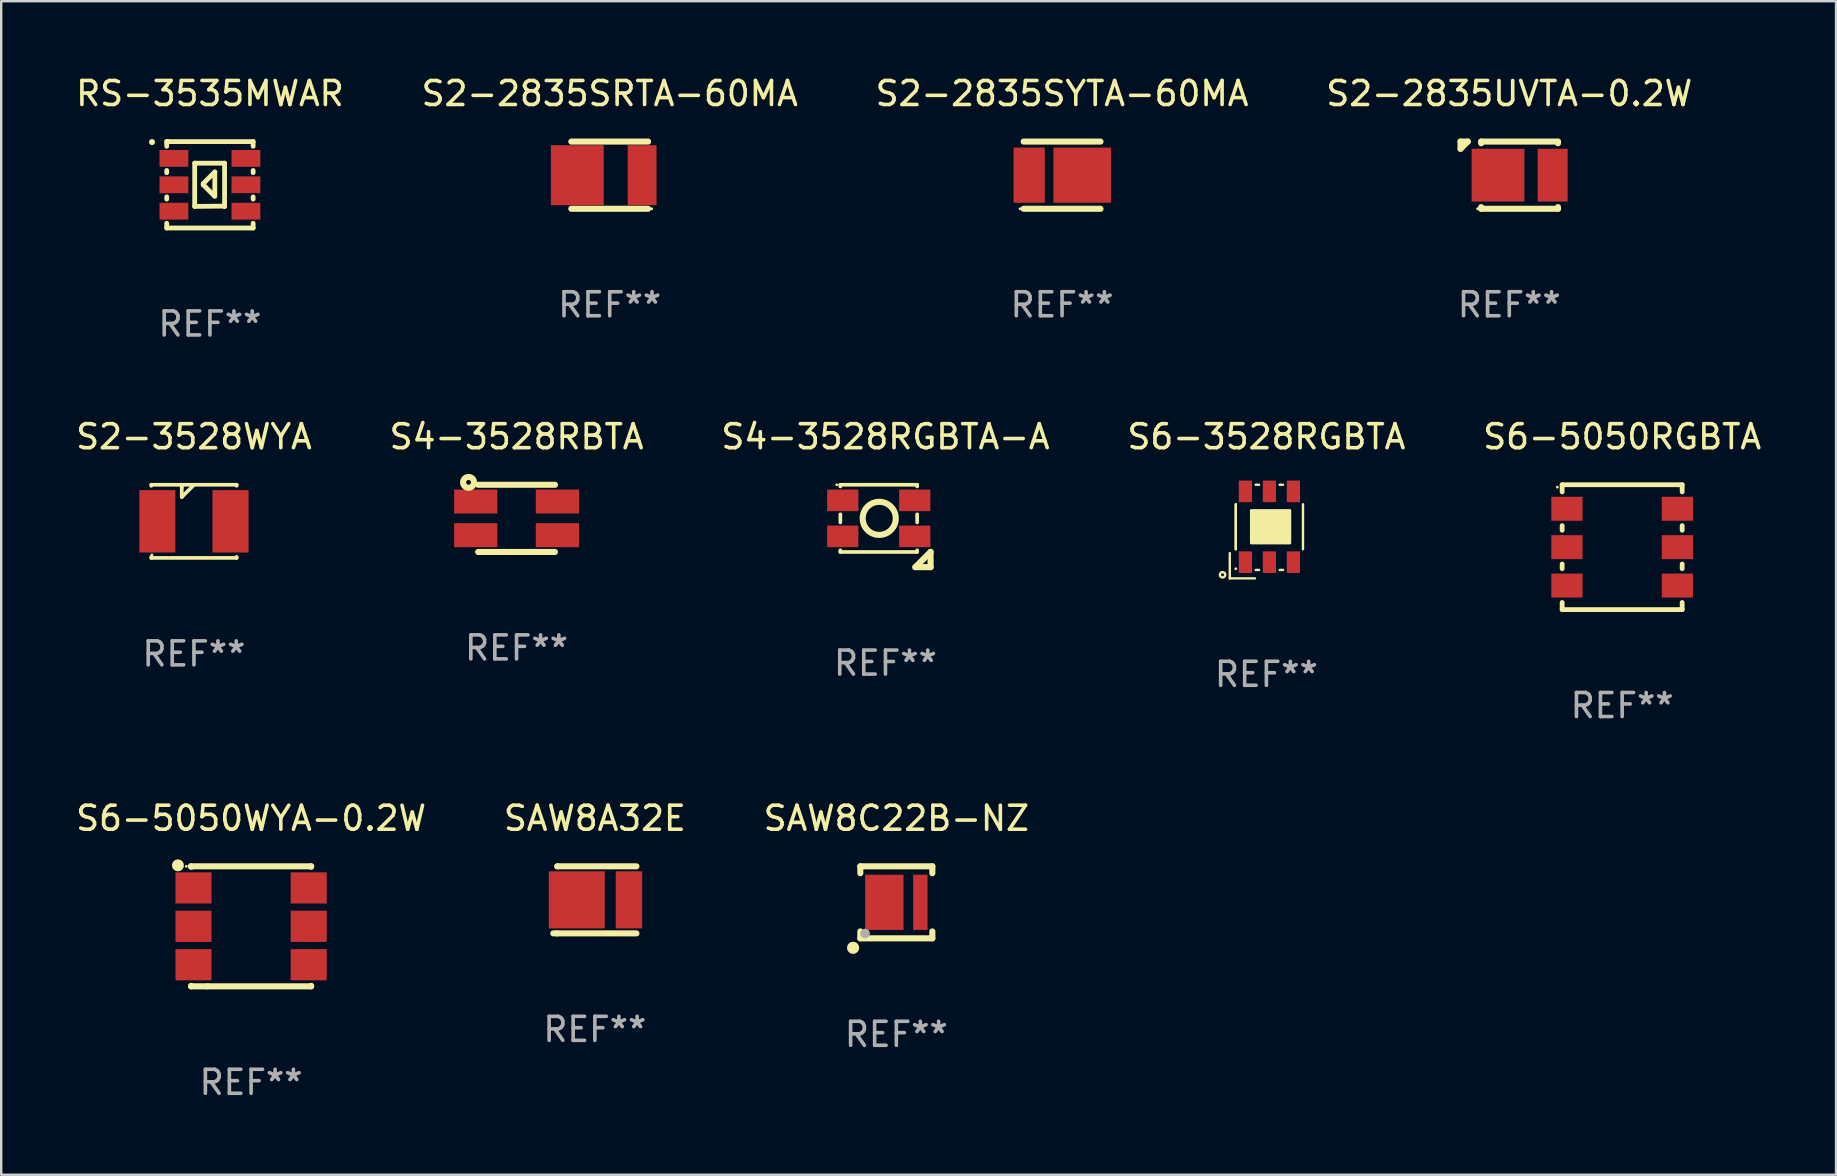
<source format=kicad_pcb>
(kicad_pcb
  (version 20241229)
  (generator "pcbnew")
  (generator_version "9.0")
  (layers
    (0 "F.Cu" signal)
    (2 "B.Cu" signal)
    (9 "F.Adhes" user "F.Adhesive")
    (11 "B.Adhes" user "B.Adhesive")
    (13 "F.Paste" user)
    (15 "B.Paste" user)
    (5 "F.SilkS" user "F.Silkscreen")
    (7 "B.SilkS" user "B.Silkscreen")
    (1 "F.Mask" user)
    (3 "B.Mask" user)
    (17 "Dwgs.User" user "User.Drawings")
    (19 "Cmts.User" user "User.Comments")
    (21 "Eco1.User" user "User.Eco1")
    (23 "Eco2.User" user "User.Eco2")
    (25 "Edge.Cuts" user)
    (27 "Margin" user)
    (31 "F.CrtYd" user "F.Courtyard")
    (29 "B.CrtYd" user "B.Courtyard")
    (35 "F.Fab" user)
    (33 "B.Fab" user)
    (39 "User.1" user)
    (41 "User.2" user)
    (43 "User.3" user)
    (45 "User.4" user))
  (footprint "S2-2835SRTA-60MA"
    (layer "F.Cu")
    (at 22.351 4.248)
    (property "Reference" "S2-2835SRTA-60MA" (at 0 -3.4 0) (layer "F.SilkS") (effects (font (size 1 1) (thickness 0.15))))
    (attr through_hole)
    (fp_line (start -1.6 -1.4) (end 1.6 -1.4) (stroke (width 0.254) (type solid)) (layer "F.SilkS"))
    (fp_line (start -1.6 1.4) (end 1.6 1.4) (stroke (width 0.254) (type solid)) (layer "F.SilkS"))
    (fp_circle (center 1.751 1.4) (end 1.781 1.4) (stroke (width 0.06) (type solid)) (fill no) (layer "F.SilkS"))
    (fp_text user "REF**" (at 0 5.4 0) (layer "F.Fab") (effects (font (size 1 1) (thickness 0.15))))
    (pad "1" smd rect (at 1.35 0.000102) (size 1.2 2.5) (layers "F.Cu" "F.Mask" "F.Paste"))
    (pad "2" smd rect (at -1.35 0.000102) (size 2.2 2.5) (layers "F.Cu" "F.Mask" "F.Paste")))
  (footprint "SAW8A32E"
    (layer "F.Cu")
    (at 21.732 34.438)
    (property "Reference" "SAW8A32E" (at 0 -3.397 0) (layer "F.SilkS") (effects (font (size 1 1) (thickness 0.15))))
    (attr through_hole)
    (fp_line (start -1.571 -1.397) (end -1.551 -1.397) (stroke (width 0.254) (type solid)) (layer "F.SilkS"))
    (fp_line (start -1.571 1.397) (end -1.731 1.397) (stroke (width 0.254) (type solid)) (layer "F.SilkS"))
    (fp_line (start -1.551 -1.397) (end 1.731 -1.397) (stroke (width 0.254) (type solid)) (layer "F.SilkS"))
    (fp_line (start 1.731 1.397) (end -1.571 1.397) (stroke (width 0.254) (type solid)) (layer "F.SilkS"))
    (fp_circle (center -1.668 1.4) (end -1.638 1.4) (stroke (width 0.06) (type solid)) (fill no) (layer "F.SilkS"))
    (fp_text user "REF**" (at 0 5.397 0) (layer "F.Fab") (effects (font (size 1 1) (thickness 0.15))))
    (pad "1" smd rect (at -0.754 0 180) (size 2.33 2.38) (layers "F.Cu" "F.Mask" "F.Paste"))
    (pad "2" smd rect (at 1.421 0 180) (size 1.1 2.38) (layers "F.Cu" "F.Mask" "F.Paste")))
  (footprint "S2-2835UVTA-0.2W"
    (layer "F.Cu")
    (at 59.827 4.248)
    (property "Reference" "S2-2835UVTA-0.2W" (at 0 -3.4 0) (layer "F.SilkS") (effects (font (size 1 1) (thickness 0.15))))
    (attr through_hole)
    (fp_line (start -2.03 -1.4) (end -2.03 -1.1) (stroke (width 0.254) (type solid)) (layer "F.SilkS"))
    (fp_line (start -1.73 -1.4) (end -2.03 -1.1) (stroke (width 0.254) (type solid)) (layer "F.SilkS"))
    (fp_line (start -1.73 -1.4) (end -2.03 -1.4) (stroke (width 0.254) (type solid)) (layer "F.SilkS"))
    (fp_line (start -1.17 -1.4) (end -1.17 -1.331) (stroke (width 0.254) (type solid)) (layer "F.SilkS"))
    (fp_line (start -1.17 1.331) (end -1.17 1.4) (stroke (width 0.254) (type solid)) (layer "F.SilkS"))
    (fp_line (start -1.17 1.4) (end 2.03 1.4) (stroke (width 0.254) (type solid)) (layer "F.SilkS"))
    (fp_line (start 2.03 -1.4) (end -1.17 -1.4) (stroke (width 0.254) (type solid)) (layer "F.SilkS"))
    (fp_line (start 2.03 -1.331) (end 2.03 -1.39) (stroke (width 0.254) (type solid)) (layer "F.SilkS"))
    (fp_line (start 2.03 1.4) (end 2.03 1.331) (stroke (width 0.254) (type solid)) (layer "F.SilkS"))
    (fp_circle (center -1.32 1.4) (end -1.29 1.4) (stroke (width 0.06) (type solid)) (fill no) (layer "F.SilkS"))
    (fp_text user "REF**" (at 0 5.4 0) (layer "F.Fab") (effects (font (size 1 1) (thickness 0.15))))
    (pad "1" smd rect (at -0.468 0 180) (size 2.2 2.2) (layers "F.Cu" "F.Mask" "F.Paste"))
    (pad "2" smd rect (at 1.808 0 180) (size 1.25 2.2) (layers "F.Cu" "F.Mask" "F.Paste")))
  (footprint "S2-2835SYTA-60MA"
    (layer "F.Cu")
    (at 41.196 4.248)
    (property "Reference" "S2-2835SYTA-60MA" (at 0 -3.4 0) (layer "F.SilkS") (effects (font (size 1 1) (thickness 0.15))))
    (attr through_hole)
    (fp_line (start 1.6 -1.4) (end -1.6 -1.4) (stroke (width 0.254) (type solid)) (layer "F.SilkS"))
    (fp_line (start 1.6 1.4) (end -1.6 1.4) (stroke (width 0.254) (type solid)) (layer "F.SilkS"))
    (fp_circle (center -1.751 1.4) (end -1.721 1.4) (stroke (width 0.06) (type solid)) (fill no) (layer "F.SilkS"))
    (fp_text user "REF**" (at 0 5.4 0) (layer "F.Fab") (effects (font (size 1 1) (thickness 0.15))))
    (pad "1" smd rect (at -1.37 0.000102) (size 1.3 2.3) (layers "F.Cu" "F.Mask" "F.Paste"))
    (pad "2" smd rect (at 0.84 0.000102) (size 2.4 2.3) (layers "F.Cu" "F.Mask" "F.Paste")))
  (footprint "S6-5050WYA-0.2W"
    (layer "F.Cu")
    (at 7.411 35.541)
    (property "Reference" "S6-5050WYA-0.2W" (at 0 -4.5 0) (layer "F.SilkS") (effects (font (size 1 1) (thickness 0.15))))
    (attr through_hole)
    (fp_line (start -2.5 -2.5) (end -2.5 -2.481) (stroke (width 0.254) (type solid)) (layer "F.SilkS"))
    (fp_line (start -2.5 2.481) (end -2.5 2.5) (stroke (width 0.254) (type solid)) (layer "F.SilkS"))
    (fp_line (start -2.5 2.5) (end -1.82 2.5) (stroke (width 0.254) (type solid)) (layer "F.SilkS"))
    (fp_line (start -1.8 2.5) (end 2.5 2.5) (stroke (width 0.254) (type solid)) (layer "F.SilkS"))
    (fp_line (start 2.5 -2.5) (end -2.5 -2.5) (stroke (width 0.254) (type solid)) (layer "F.SilkS"))
    (fp_line (start 2.5 -2.481) (end 2.5 -2.5) (stroke (width 0.254) (type solid)) (layer "F.SilkS"))
    (fp_line (start 2.5 2.5) (end 2.5 2.481) (stroke (width 0.254) (type solid)) (layer "F.SilkS"))
    (fp_circle (center -3.048 -2.54) (end -2.923 -2.54) (stroke (width 0.25) (type solid)) (fill no) (layer "F.SilkS"))
    (fp_circle (center -2.7 -2.5) (end -2.67 -2.5) (stroke (width 0.06) (type solid)) (fill no) (layer "F.SilkS"))
    (fp_text user "REF**" (at 0 6.5 0) (layer "F.Fab") (effects (font (size 1 1) (thickness 0.15))))
    (pad "1" smd rect (at -2.4 -1.6) (size 1.5 1.3) (layers "F.Cu" "F.Mask" "F.Paste"))
    (pad "2" smd rect (at -2.4 0.000127) (size 1.5 1.3) (layers "F.Cu" "F.Mask" "F.Paste"))
    (pad "3" smd rect (at -2.4 1.6) (size 1.5 1.3) (layers "F.Cu" "F.Mask" "F.Paste"))
    (pad "4" smd rect (at 2.4 -1.6) (size 1.5 1.3) (layers "F.Cu" "F.Mask" "F.Paste"))
    (pad "5" smd rect (at 2.4 0.000127) (size 1.5 1.3) (layers "F.Cu" "F.Mask" "F.Paste"))
    (pad "6" smd rect (at 2.4 1.6) (size 1.5 1.3) (layers "F.Cu" "F.Mask" "F.Paste")))
  (footprint "SAW8C22B-NZ"
    (layer "F.Cu")
    (at 34.292 34.541)
    (property "Reference" "SAW8C22B-NZ" (at 0 -3.5 0) (layer "F.SilkS") (effects (font (size 1 1) (thickness 0.15))))
    (attr through_hole)
    (fp_line (start -1.5 -1.5) (end -1.5 -1.213) (stroke (width 0.254) (type solid)) (layer "F.SilkS"))
    (fp_line (start -1.5 -1.5) (end 1.5 -1.5) (stroke (width 0.254) (type solid)) (layer "F.SilkS"))
    (fp_line (start -1.5 1.213) (end -1.5 1.5) (stroke (width 0.254) (type solid)) (layer "F.SilkS"))
    (fp_line (start -1.5 1.5) (end 1.5 1.5) (stroke (width 0.254) (type solid)) (layer "F.SilkS"))
    (fp_line (start 1.5 -1.213) (end 1.5 -1.5) (stroke (width 0.254) (type solid)) (layer "F.SilkS"))
    (fp_line (start 1.5 1.5) (end 1.5 1.213) (stroke (width 0.254) (type solid)) (layer "F.SilkS"))
    (fp_circle (center -1.802 1.895) (end -1.674 1.895) (stroke (width 0.254) (type solid)) (fill no) (layer "F.SilkS"))
    (fp_circle (center -1.5 1.5) (end -1.47 1.5) (stroke (width 0.06) (type solid)) (fill no) (layer "F.SilkS"))
    (fp_circle (center -1.3 1.3) (end -1.2 1.3) (stroke (width 0.2) (type solid)) (fill no) (layer "F.Fab"))
    (fp_text user "REF**" (at 0 5.5 0) (layer "F.Fab") (effects (font (size 1 1) (thickness 0.15))))
    (pad "1" smd rect (at -0.5 0) (size 1.6 2.3) (layers "F.Cu" "F.Mask" "F.Paste"))
    (pad "2" smd rect (at 1 0) (size 0.6 2.3) (layers "F.Cu" "F.Mask" "F.Paste")))
  (footprint "S4-3528RBTA"
    (layer "F.Cu")
    (at 18.47 18.545)
    (property "Reference" "S4-3528RBTA" (at 0 -3.4 0) (layer "F.SilkS") (effects (font (size 1 1) (thickness 0.15))))
    (attr through_hole)
    (fp_line (start -1.6 -1.4) (end 1.6 -1.4) (stroke (width 0.254) (type solid)) (layer "F.SilkS"))
    (fp_line (start 1.6 1.4) (end -1.6 1.4) (stroke (width 0.254) (type solid)) (layer "F.SilkS"))
    (fp_circle (center -2 -1.5) (end -1.9 -1.5) (stroke (width 0.254) (type solid)) (fill no) (layer "F.SilkS"))
    (fp_circle (center -1.75 -1.4) (end -1.72 -1.4) (stroke (width 0.06) (type solid)) (fill no) (layer "F.SilkS"))
    (fp_text user "REF**" (at 0 5.4 0) (layer "F.Fab") (effects (font (size 1 1) (thickness 0.15))))
    (pad "1" smd rect (at -1.7 -0.7) (size 1.8 1) (layers "F.Cu" "F.Mask" "F.Paste"))
    (pad "2" smd rect (at -1.701 0.701) (size 1.8 1) (layers "F.Cu" "F.Mask" "F.Paste"))
    (pad "3" smd rect (at 1.701 -0.701) (size 1.8 1) (layers "F.Cu" "F.Mask" "F.Paste"))
    (pad "4" smd rect (at 1.701 0.701) (size 1.8 1) (layers "F.Cu" "F.Mask" "F.Paste")))
  (footprint "RS-3535MWAR"
    (layer "F.Cu")
    (at 5.696 4.648)
    (property "Reference" "RS-3535MWAR" (at 0 -3.8 0) (layer "F.SilkS") (effects (font (size 1 1) (thickness 0.15))))
    (attr through_hole)
    (fp_line (start -1.8 -1.8) (end 1.8 -1.8) (stroke (width 0.2) (type solid)) (layer "F.SilkS"))
    (fp_line (start -1.8 -1.604) (end -1.8 -1.8) (stroke (width 0.2) (type solid)) (layer "F.SilkS"))
    (fp_line (start -1.8 -0.504) (end -1.8 -0.596) (stroke (width 0.2) (type solid)) (layer "F.SilkS"))
    (fp_line (start -1.8 0.596) (end -1.8 0.504) (stroke (width 0.2) (type solid)) (layer "F.SilkS"))
    (fp_line (start -1.8 1.8) (end -1.8 1.604) (stroke (width 0.2) (type solid)) (layer "F.SilkS"))
    (fp_line (start -0.635 -0.9) (end 0.61 -0.9) (stroke (width 0.2) (type solid)) (layer "F.SilkS"))
    (fp_line (start -0.635 0.9) (end -0.635 -0.9) (stroke (width 0.2) (type solid)) (layer "F.SilkS"))
    (fp_line (start -0.279 -0.051) (end 0.203 -0.533) (stroke (width 0.2) (type solid)) (layer "F.SilkS"))
    (fp_line (start -0.279 0) (end -0.279 -0.051) (stroke (width 0.2) (type solid)) (layer "F.SilkS"))
    (fp_line (start 0.178 0.457) (end -0.279 0) (stroke (width 0.2) (type solid)) (layer "F.SilkS"))
    (fp_line (start 0.203 -0.533) (end 0.203 0.483) (stroke (width 0.2) (type solid)) (layer "F.SilkS"))
    (fp_line (start 0.609 0.889) (end -0.635 0.9) (stroke (width 0.2) (type solid)) (layer "F.SilkS"))
    (fp_line (start 0.61 -0.9) (end 0.61 0.9) (stroke (width 0.2) (type solid)) (layer "F.SilkS"))
    (fp_line (start 0.61 0.9) (end 0.609 0.889) (stroke (width 0.2) (type solid)) (layer "F.SilkS"))
    (fp_line (start 1.8 -1.8) (end 1.8 -1.604) (stroke (width 0.2) (type solid)) (layer "F.SilkS"))
    (fp_line (start 1.8 -0.596) (end 1.8 -0.504) (stroke (width 0.2) (type solid)) (layer "F.SilkS"))
    (fp_line (start 1.8 0.504) (end 1.8 0.596) (stroke (width 0.2) (type solid)) (layer "F.SilkS"))
    (fp_line (start 1.8 1.604) (end 1.8 1.8) (stroke (width 0.2) (type solid)) (layer "F.SilkS"))
    (fp_line (start 1.8 1.8) (end -1.8 1.8) (stroke (width 0.2) (type solid)) (layer "F.SilkS"))
    (fp_arc (start -2.413132 -1.778004) (mid -2.413139 -1.779274) (end -2.413132 -1.780544) (stroke (width 0.24892) (type solid)) (layer "F.SilkS"))
    (fp_circle (center -1.75 -1.85) (end -1.72 -1.85) (stroke (width 0.06) (type solid)) (fill no) (layer "F.SilkS"))
    (fp_text user "REF**" (at 0 5.8 0) (layer "F.Fab") (effects (font (size 1 1) (thickness 0.15))))
    (pad "1" smd rect (at -1.5 -1.1 90) (size 0.7 1.2) (layers "F.Cu" "F.Mask" "F.Paste"))
    (pad "2" smd rect (at -1.5 0 270) (size 0.7 1.2) (layers "F.Cu" "F.Mask" "F.Paste"))
    (pad "3" smd rect (at -1.5 1.1 270) (size 0.7 1.2) (layers "F.Cu" "F.Mask" "F.Paste"))
    (pad "4" smd rect (at 1.5 1.1 270) (size 0.7 1.2) (layers "F.Cu" "F.Mask" "F.Paste"))
    (pad "5" smd rect (at 1.5 -0.000254 270) (size 0.7 1.2) (layers "F.Cu" "F.Mask" "F.Paste"))
    (pad "6" smd rect (at 1.5 -1.1 270) (size 0.7 1.2) (layers "F.Cu" "F.Mask" "F.Paste")))
  (footprint "S4-3528RGBTA-A"
    (layer "F.Cu")
    (at 33.839 18.861)
    (property "Reference" "S4-3528RGBTA-A" (at 0 -3.716 0) (layer "F.SilkS") (effects (font (size 1 1) (thickness 0.15))))
    (attr through_hole)
    (fp_line (start -1.88 -1.716) (end 1.32 -1.716) (stroke (width 0.152) (type solid)) (layer "F.SilkS"))
    (fp_line (start -1.88 -1.646) (end -1.88 -1.716) (stroke (width 0.152) (type solid)) (layer "F.SilkS"))
    (fp_line (start -1.88 -0.146) (end -1.88 -0.486) (stroke (width 0.152) (type solid)) (layer "F.SilkS"))
    (fp_line (start -1.88 1.084) (end -1.88 1.014) (stroke (width 0.152) (type solid)) (layer "F.SilkS"))
    (fp_line (start 1.245 1.716) (end 1.88 1.081) (stroke (width 0.254) (type solid)) (layer "F.SilkS"))
    (fp_line (start 1.32 -1.716) (end 1.32 -1.646) (stroke (width 0.152) (type solid)) (layer "F.SilkS"))
    (fp_line (start 1.32 -0.486) (end 1.32 -0.146) (stroke (width 0.152) (type solid)) (layer "F.SilkS"))
    (fp_line (start 1.32 1.014) (end 1.32 1.084) (stroke (width 0.152) (type solid)) (layer "F.SilkS"))
    (fp_line (start 1.32 1.084) (end -1.88 1.084) (stroke (width 0.152) (type solid)) (layer "F.SilkS"))
    (fp_line (start 1.879 1.081) (end 1.88 1.716) (stroke (width 0.254) (type solid)) (layer "F.SilkS"))
    (fp_line (start 1.88 1.716) (end 1.245 1.716) (stroke (width 0.254) (type solid)) (layer "F.SilkS"))
    (fp_circle (center -2.03 -1.716) (end -2 -1.716) (stroke (width 0.06) (type solid)) (fill no) (layer "F.SilkS"))
    (fp_circle (center -0.26 -0.316) (end 0.429 -0.316) (stroke (width 0.254) (type solid)) (fill no) (layer "F.SilkS"))
    (fp_text user "REF**" (at 0 5.716 0) (layer "F.Fab") (effects (font (size 1 1) (thickness 0.15))))
    (pad "1" smd rect (at -1.779 -1.066 90) (size 0.9 1.3) (layers "F.Cu" "F.Mask" "F.Paste"))
    (pad "2" smd rect (at -1.78 0.434 90) (size 0.9 1.3) (layers "F.Cu" "F.Mask" "F.Paste"))
    (pad "3" smd rect (at 1.221 -1.066 90) (size 0.9 1.3) (layers "F.Cu" "F.Mask" "F.Paste"))
    (pad "4" smd rect (at 1.221 0.434 90) (size 0.9 1.3) (layers "F.Cu" "F.Mask" "F.Paste")))
  (footprint "S6-3528RGBTA"
    (layer "F.Cu")
    (at 49.708 19.095)
    (property "Reference" "S6-3528RGBTA" (at 0 -3.95 0) (layer "F.SilkS") (effects (font (size 1 1) (thickness 0.15))))
    (attr through_hole)
    (fp_line (start -1.525 0.899) (end -1.525 1.95) (stroke (width 0.1) (type solid)) (layer "F.SilkS"))
    (fp_line (start -1.525 1.95) (end -0.476 1.95) (stroke (width 0.1) (type solid)) (layer "F.SilkS"))
    (fp_line (start -1.275 0.736) (end -1.275 -1.137) (stroke (width 0.1) (type solid)) (layer "F.SilkS"))
    (fp_line (start -1.275 0.736) (end -1.275 -1.137) (stroke (width 0.1) (type solid)) (layer "F.SilkS"))
    (fp_line (start -0.446 -1.95) (end -0.304 -1.95) (stroke (width 0.1) (type solid)) (layer "F.SilkS"))
    (fp_line (start -0.304 1.6) (end -0.446 1.6) (stroke (width 0.1) (type solid)) (layer "F.SilkS"))
    (fp_line (start 0.554 -1.95) (end 0.696 -1.95) (stroke (width 0.1) (type solid)) (layer "F.SilkS"))
    (fp_line (start 0.696 1.6) (end 0.554 1.6) (stroke (width 0.1) (type solid)) (layer "F.SilkS"))
    (fp_line (start 1.525 -1.137) (end 1.525 0.736) (stroke (width 0.1) (type solid)) (layer "F.SilkS"))
    (fp_circle (center -1.825 1.8) (end -1.713 1.8) (stroke (width 0.1) (type solid)) (fill no) (layer "F.SilkS"))
    (fp_circle (center -1.275 1.55) (end -1.245 1.55) (stroke (width 0.06) (type solid)) (fill no) (layer "F.SilkS"))
    (fp_poly (pts (xy -0.625 -0.875) (xy 0.975 -0.875) (xy 0.975 0.475) (xy -0.625 0.475)) (stroke (width 0.12) (type solid)) (fill yes) (layer "F.SilkS"))
    (fp_text user "REF**" (at 0 5.95 0) (layer "F.Fab") (effects (font (size 1 1) (thickness 0.15))))
    (pad "1" smd rect (at -0.875 1.275 180) (size 0.55 0.9) (layers "F.Cu" "F.Mask" "F.Paste"))
    (pad "2" smd rect (at 0.125 1.275 180) (size 0.55 0.9) (layers "F.Cu" "F.Mask" "F.Paste"))
    (pad "3" smd rect (at 1.125 1.275 180) (size 0.55 0.9) (layers "F.Cu" "F.Mask" "F.Paste"))
    (pad "4" smd rect (at 1.125 -1.675 180) (size 0.55 0.9) (layers "F.Cu" "F.Mask" "F.Paste"))
    (pad "5" smd rect (at 0.125 -1.675 180) (size 0.55 0.9) (layers "F.Cu" "F.Mask" "F.Paste"))
    (pad "6" smd rect (at -0.875 -1.675 180) (size 0.55 0.9) (layers "F.Cu" "F.Mask" "F.Paste")))
  (footprint "S6-5050RGBTA"
    (layer "F.Cu")
    (at 64.53 19.745)
    (property "Reference" "S6-5050RGBTA" (at 0 -4.6 0) (layer "F.SilkS") (effects (font (size 1 1) (thickness 0.15))))
    (attr through_hole)
    (fp_line (start -2.5 -2.6) (end -2.5 -2.304) (stroke (width 0.2) (type solid)) (layer "F.SilkS"))
    (fp_line (start -2.5 -0.896) (end -2.5 -0.704) (stroke (width 0.2) (type solid)) (layer "F.SilkS"))
    (fp_line (start -2.5 0.704) (end -2.5 0.896) (stroke (width 0.2) (type solid)) (layer "F.SilkS"))
    (fp_line (start -2.5 2.304) (end -2.5 2.6) (stroke (width 0.2) (type solid)) (layer "F.SilkS"))
    (fp_line (start 2.5 -2.6) (end -2.5 -2.6) (stroke (width 0.2) (type solid)) (layer "F.SilkS"))
    (fp_line (start 2.5 -2.304) (end 2.5 -2.6) (stroke (width 0.2) (type solid)) (layer "F.SilkS"))
    (fp_line (start 2.5 -0.704) (end 2.5 -0.896) (stroke (width 0.2) (type solid)) (layer "F.SilkS"))
    (fp_line (start 2.5 0.896) (end 2.5 0.704) (stroke (width 0.2) (type solid)) (layer "F.SilkS"))
    (fp_line (start 2.5 2.6) (end -2.5 2.6) (stroke (width 0.2) (type solid)) (layer "F.SilkS"))
    (fp_line (start 2.5 2.6) (end 2.5 2.304) (stroke (width 0.2) (type solid)) (layer "F.SilkS"))
    (fp_circle (center -2.7 -2.5) (end -2.67 -2.5) (stroke (width 0.06) (type solid)) (fill no) (layer "F.SilkS"))
    (fp_text user "REF**" (at 0 6.6 0) (layer "F.Fab") (effects (font (size 1 1) (thickness 0.15))))
    (pad "1" smd rect (at -2.3 -1.6 180) (size 1.3 1) (layers "F.Cu" "F.Mask" "F.Paste"))
    (pad "2" smd rect (at 2.3 -1.6 180) (size 1.3 1) (layers "F.Cu" "F.Mask" "F.Paste"))
    (pad "3" smd rect (at -2.3 -0.000076 180) (size 1.3 1) (layers "F.Cu" "F.Mask" "F.Paste"))
    (pad "4" smd rect (at 2.3 -0.000076 180) (size 1.3 1) (layers "F.Cu" "F.Mask" "F.Paste"))
    (pad "5" smd rect (at -2.3 1.6 180) (size 1.3 1) (layers "F.Cu" "F.Mask" "F.Paste"))
    (pad "6" smd rect (at 2.3 1.6 180) (size 1.3 1) (layers "F.Cu" "F.Mask" "F.Paste")))
  (footprint "S2-3528WYA"
    (layer "F.Cu")
    (at 5.03 18.669)
    (property "Reference" "S2-3528WYA" (at 0 -3.524 0) (layer "F.SilkS") (effects (font (size 1 1) (thickness 0.15))))
    (attr through_hole)
    (fp_line (start -1.778 -1.524) (end -1.778 -1.48) (stroke (width 0.152) (type solid)) (layer "F.SilkS"))
    (fp_line (start -1.778 1.48) (end -1.778 1.524) (stroke (width 0.152) (type solid)) (layer "F.SilkS"))
    (fp_line (start -0.508 -1.483) (end -0.549 -1.524) (stroke (width 0.152) (type solid)) (layer "F.SilkS"))
    (fp_line (start -0.508 -1.397) (end -0.508 -1.483) (stroke (width 0.152) (type solid)) (layer "F.SilkS"))
    (fp_line (start -0.508 -1.397) (end -0.508 -1.016) (stroke (width 0.152) (type solid)) (layer "F.SilkS"))
    (fp_line (start -0.508 -1.016) (end -0.502 -1.016) (stroke (width 0.152) (type solid)) (layer "F.SilkS"))
    (fp_line (start -0.502 -1.016) (end 0.006 -1.524) (stroke (width 0.152) (type solid)) (layer "F.SilkS"))
    (fp_line (start 1.778 -1.524) (end -1.778 -1.524) (stroke (width 0.152) (type solid)) (layer "F.SilkS"))
    (fp_line (start 1.778 -1.48) (end 1.778 -1.524) (stroke (width 0.152) (type solid)) (layer "F.SilkS"))
    (fp_line (start 1.778 1.524) (end -1.778 1.524) (stroke (width 0.152) (type solid)) (layer "F.SilkS"))
    (fp_line (start 1.778 1.524) (end 1.778 1.48) (stroke (width 0.152) (type solid)) (layer "F.SilkS"))
    (fp_circle (center -1.75 1.4) (end -1.72 1.4) (stroke (width 0.06) (type solid)) (fill no) (layer "F.SilkS"))
    (fp_text user "REF**" (at 0 5.524 0) (layer "F.Fab") (effects (font (size 1 1) (thickness 0.15))))
    (pad "1" smd rect (at -1.524 0) (size 1.5 2.6) (layers "F.Cu" "F.Mask" "F.Paste"))
    (pad "2" smd rect (at 1.524 0) (size 1.5 2.6) (layers "F.Cu" "F.Mask" "F.Paste")))
  (gr_rect
    (start -3 -3)
    (end 73.44 45.89)
    (stroke (width 0.1) (type default))
    (fill no)
    (layer "Edge.Cuts")))
</source>
